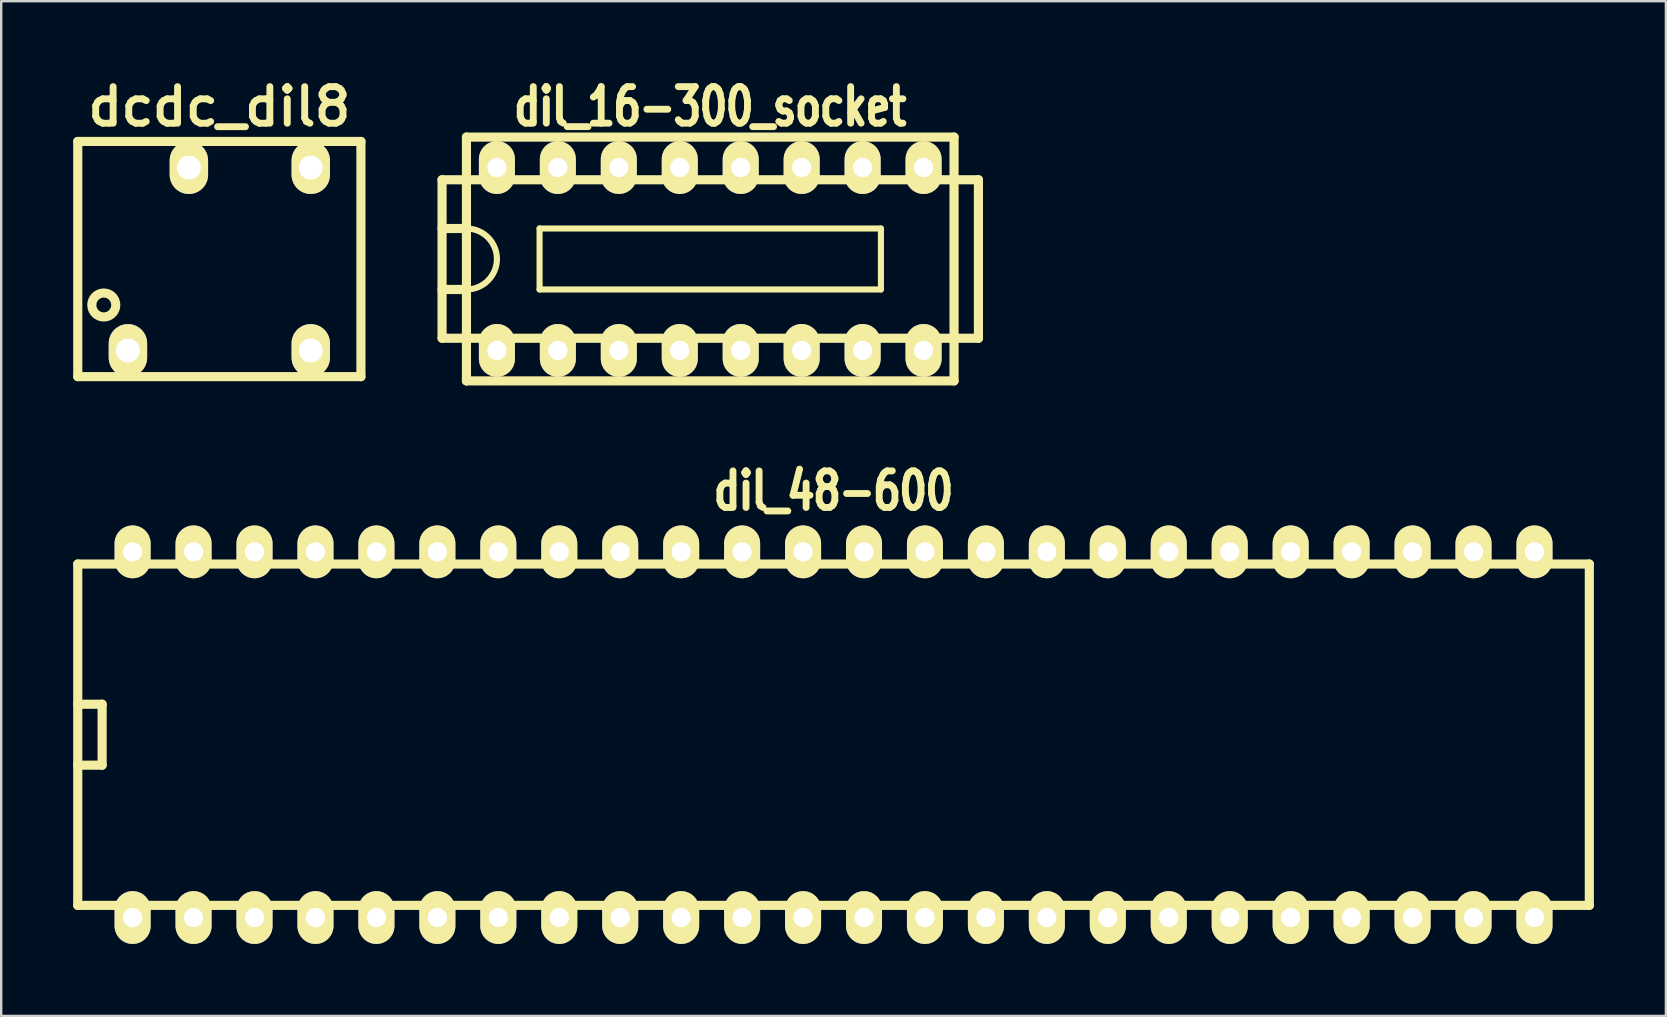
<source format=kicad_pcb>
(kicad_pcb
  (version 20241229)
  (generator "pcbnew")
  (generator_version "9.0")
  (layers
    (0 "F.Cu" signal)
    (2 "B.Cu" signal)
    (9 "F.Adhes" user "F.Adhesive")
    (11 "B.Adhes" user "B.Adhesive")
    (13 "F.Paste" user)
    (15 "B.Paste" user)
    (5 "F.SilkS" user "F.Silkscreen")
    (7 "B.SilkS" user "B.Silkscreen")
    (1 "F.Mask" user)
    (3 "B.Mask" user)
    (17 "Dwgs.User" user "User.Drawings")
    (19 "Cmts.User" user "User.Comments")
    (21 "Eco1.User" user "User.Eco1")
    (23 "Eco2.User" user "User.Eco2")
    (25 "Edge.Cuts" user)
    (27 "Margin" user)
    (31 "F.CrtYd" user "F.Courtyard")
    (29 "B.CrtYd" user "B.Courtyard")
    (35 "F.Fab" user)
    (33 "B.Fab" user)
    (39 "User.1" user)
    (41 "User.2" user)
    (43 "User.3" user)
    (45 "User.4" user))
  (footprint "dcdc_dil8"
    (layer "F.Cu")
    (at 6.091 7.745)
    (property "Reference" "dcdc_dil8" (at 0 -6.35 0) (layer "F.SilkS") (effects (font (size 1.524 1.524) (thickness 0.287))))
    (attr through_hole)
    (fp_line (start -5.9 -4.9) (end 5.9 -4.9) (stroke (width 0.381) (type solid)) (layer "F.SilkS"))
    (fp_line (start -5.9 4.9) (end -5.9 -4.9) (stroke (width 0.381) (type solid)) (layer "F.SilkS"))
    (fp_line (start 5.9 -4.9) (end 5.9 4.9) (stroke (width 0.381) (type solid)) (layer "F.SilkS"))
    (fp_line (start 5.9 4.9) (end -5.9 4.9) (stroke (width 0.381) (type solid)) (layer "F.SilkS"))
    (fp_circle (center -4.816 1.915) (end -5.116 2.314) (stroke (width 0.381) (type solid)) (fill no) (layer "F.SilkS"))
    (pad "1" thru_hole oval (at -3.81 3.81) (size 1.6 2.197) (drill 0.996) (layers "*.Cu" "*.Mask" "F.SilkS"))
    (pad "4" thru_hole oval (at 3.81 3.81) (size 1.6 2.197) (drill 0.996) (layers "*.Cu" "*.Mask" "F.SilkS"))
    (pad "5" thru_hole oval (at 3.81 -3.81) (size 1.6 2.197) (drill 0.996) (layers "*.Cu" "*.Mask" "F.SilkS"))
    (pad "7" thru_hole oval (at -1.27 -3.81) (size 1.6 2.197) (drill 0.996) (layers "*.Cu" "*.Mask" "F.SilkS")))
  (footprint "dil_48-600"
    (layer "F.Cu")
    (at 31.686 27.567)
    (property "Reference" "dil_48-600" (at 0 -10.16 0) (layer "F.SilkS") (effects (font (size 1.524 1.143) (thickness 0.287))))
    (attr through_hole)
    (fp_line (start -31.496 -7.112) (end -31.496 7.112) (stroke (width 0.381) (type solid)) (layer "F.SilkS"))
    (fp_line (start -30.48 -1.27) (end -31.496 -1.27) (stroke (width 0.381) (type solid)) (layer "F.SilkS"))
    (fp_line (start -30.48 -1.27) (end -30.48 1.27) (stroke (width 0.381) (type solid)) (layer "F.SilkS"))
    (fp_line (start -30.48 1.27) (end -31.496 1.27) (stroke (width 0.381) (type solid)) (layer "F.SilkS"))
    (fp_line (start 31.496 -7.112) (end -31.496 -7.112) (stroke (width 0.381) (type solid)) (layer "F.SilkS"))
    (fp_line (start 31.496 7.112) (end -31.496 7.112) (stroke (width 0.381) (type solid)) (layer "F.SilkS"))
    (fp_line (start 31.496 7.112) (end 31.496 -7.112) (stroke (width 0.381) (type solid)) (layer "F.SilkS"))
    (pad "1" thru_hole oval (at -29.21 7.62) (size 1.501 2.2) (drill 0.8) (layers "*.Cu" "*.Mask" "F.SilkS"))
    (pad "2" thru_hole oval (at -26.67 7.62) (size 1.501 2.2) (drill 0.8) (layers "*.Cu" "*.Mask" "F.SilkS"))
    (pad "3" thru_hole oval (at -24.13 7.62) (size 1.501 2.2) (drill 0.8) (layers "*.Cu" "*.Mask" "F.SilkS"))
    (pad "4" thru_hole oval (at -21.59 7.62) (size 1.501 2.2) (drill 0.8) (layers "*.Cu" "*.Mask" "F.SilkS"))
    (pad "5" thru_hole oval (at -19.05 7.62) (size 1.501 2.2) (drill 0.8) (layers "*.Cu" "*.Mask" "F.SilkS"))
    (pad "6" thru_hole oval (at -16.51 7.62) (size 1.501 2.2) (drill 0.8) (layers "*.Cu" "*.Mask" "F.SilkS"))
    (pad "7" thru_hole oval (at -13.97 7.62) (size 1.501 2.2) (drill 0.8) (layers "*.Cu" "*.Mask" "F.SilkS"))
    (pad "8" thru_hole oval (at -11.43 7.62) (size 1.501 2.2) (drill 0.8) (layers "*.Cu" "*.Mask" "F.SilkS"))
    (pad "9" thru_hole oval (at -8.89 7.62) (size 1.501 2.2) (drill 0.8) (layers "*.Cu" "*.Mask" "F.SilkS"))
    (pad "10" thru_hole oval (at -6.35 7.62) (size 1.501 2.2) (drill 0.8) (layers "*.Cu" "*.Mask" "F.SilkS"))
    (pad "11" thru_hole oval (at -3.81 7.62) (size 1.501 2.2) (drill 0.8) (layers "*.Cu" "*.Mask" "F.SilkS"))
    (pad "12" thru_hole oval (at -1.27 7.62) (size 1.501 2.2) (drill 0.8) (layers "*.Cu" "*.Mask" "F.SilkS"))
    (pad "13" thru_hole oval (at 1.27 7.62) (size 1.501 2.2) (drill 0.8) (layers "*.Cu" "*.Mask" "F.SilkS"))
    (pad "14" thru_hole oval (at 3.81 7.62) (size 1.501 2.2) (drill 0.8) (layers "*.Cu" "*.Mask" "F.SilkS"))
    (pad "15" thru_hole oval (at 6.35 7.62) (size 1.501 2.2) (drill 0.8) (layers "*.Cu" "*.Mask" "F.SilkS"))
    (pad "16" thru_hole oval (at 8.89 7.62) (size 1.501 2.2) (drill 0.8) (layers "*.Cu" "*.Mask" "F.SilkS"))
    (pad "17" thru_hole oval (at 11.43 7.62) (size 1.501 2.2) (drill 0.8) (layers "*.Cu" "*.Mask" "F.SilkS"))
    (pad "18" thru_hole oval (at 13.97 7.62) (size 1.501 2.2) (drill 0.8) (layers "*.Cu" "*.Mask" "F.SilkS"))
    (pad "19" thru_hole oval (at 16.51 7.62) (size 1.501 2.2) (drill 0.8) (layers "*.Cu" "*.Mask" "F.SilkS"))
    (pad "20" thru_hole oval (at 19.05 7.62) (size 1.501 2.2) (drill 0.8) (layers "*.Cu" "*.Mask" "F.SilkS"))
    (pad "21" thru_hole oval (at 21.59 7.62) (size 1.501 2.2) (drill 0.8) (layers "*.Cu" "*.Mask" "F.SilkS"))
    (pad "22" thru_hole oval (at 24.13 7.62) (size 1.501 2.2) (drill 0.8) (layers "*.Cu" "*.Mask" "F.SilkS"))
    (pad "23" thru_hole oval (at 26.67 7.62) (size 1.501 2.2) (drill 0.8) (layers "*.Cu" "*.Mask" "F.SilkS"))
    (pad "24" thru_hole oval (at 29.21 7.62) (size 1.501 2.2) (drill 0.8) (layers "*.Cu" "*.Mask" "F.SilkS"))
    (pad "25" thru_hole oval (at 29.21 -7.62) (size 1.501 2.2) (drill 0.8) (layers "*.Cu" "*.Mask" "F.SilkS"))
    (pad "26" thru_hole oval (at 26.67 -7.62) (size 1.501 2.2) (drill 0.8) (layers "*.Cu" "*.Mask" "F.SilkS"))
    (pad "27" thru_hole oval (at 24.13 -7.62) (size 1.501 2.2) (drill 0.8) (layers "*.Cu" "*.Mask" "F.SilkS"))
    (pad "28" thru_hole oval (at 21.59 -7.62) (size 1.501 2.2) (drill 0.8) (layers "*.Cu" "*.Mask" "F.SilkS"))
    (pad "29" thru_hole oval (at 19.05 -7.62) (size 1.501 2.2) (drill 0.8) (layers "*.Cu" "*.Mask" "F.SilkS"))
    (pad "30" thru_hole oval (at 16.51 -7.62) (size 1.501 2.2) (drill 0.8) (layers "*.Cu" "*.Mask" "F.SilkS"))
    (pad "31" thru_hole oval (at 13.97 -7.62) (size 1.501 2.2) (drill 0.8) (layers "*.Cu" "*.Mask" "F.SilkS"))
    (pad "32" thru_hole oval (at 11.43 -7.62) (size 1.501 2.2) (drill 0.8) (layers "*.Cu" "*.Mask" "F.SilkS"))
    (pad "33" thru_hole oval (at 8.89 -7.62) (size 1.501 2.2) (drill 0.8) (layers "*.Cu" "*.Mask" "F.SilkS"))
    (pad "34" thru_hole oval (at 6.35 -7.62) (size 1.501 2.2) (drill 0.8) (layers "*.Cu" "*.Mask" "F.SilkS"))
    (pad "35" thru_hole oval (at 3.81 -7.62) (size 1.501 2.2) (drill 0.8) (layers "*.Cu" "*.Mask" "F.SilkS"))
    (pad "36" thru_hole oval (at 1.27 -7.62) (size 1.501 2.2) (drill 0.8) (layers "*.Cu" "*.Mask" "F.SilkS"))
    (pad "37" thru_hole oval (at -1.27 -7.62) (size 1.501 2.2) (drill 0.8) (layers "*.Cu" "*.Mask" "F.SilkS"))
    (pad "38" thru_hole oval (at -3.81 -7.62) (size 1.501 2.2) (drill 0.8) (layers "*.Cu" "*.Mask" "F.SilkS"))
    (pad "39" thru_hole oval (at -6.35 -7.62) (size 1.501 2.2) (drill 0.8) (layers "*.Cu" "*.Mask" "F.SilkS"))
    (pad "40" thru_hole oval (at -8.89 -7.62) (size 1.501 2.2) (drill 0.8) (layers "*.Cu" "*.Mask" "F.SilkS"))
    (pad "41" thru_hole oval (at -11.43 -7.62) (size 1.501 2.2) (drill 0.8) (layers "*.Cu" "*.Mask" "F.SilkS"))
    (pad "42" thru_hole oval (at -13.97 -7.62) (size 1.501 2.2) (drill 0.8) (layers "*.Cu" "*.Mask" "F.SilkS"))
    (pad "43" thru_hole oval (at -16.51 -7.62) (size 1.501 2.2) (drill 0.8) (layers "*.Cu" "*.Mask" "F.SilkS"))
    (pad "44" thru_hole oval (at -19.05 -7.62) (size 1.501 2.2) (drill 0.8) (layers "*.Cu" "*.Mask" "F.SilkS"))
    (pad "45" thru_hole oval (at -21.59 -7.62) (size 1.501 2.2) (drill 0.8) (layers "*.Cu" "*.Mask" "F.SilkS"))
    (pad "46" thru_hole oval (at -24.13 -7.62) (size 1.501 2.2) (drill 0.8) (layers "*.Cu" "*.Mask" "F.SilkS"))
    (pad "47" thru_hole oval (at -26.67 -7.62) (size 1.501 2.2) (drill 0.8) (layers "*.Cu" "*.Mask" "F.SilkS"))
    (pad "48" thru_hole oval (at -29.21 -7.62) (size 1.501 2.2) (drill 0.8) (layers "*.Cu" "*.Mask" "F.SilkS")))
  (footprint "dil_16-300_socket"
    (layer "F.Cu")
    (at 26.548 7.743)
    (property "Reference" "dil_16-300_socket" (at 0 -6.35 0) (layer "F.SilkS") (effects (font (size 1.524 1.143) (thickness 0.287))))
    (attr through_hole)
    (fp_line (start -11.176 -3.302) (end 11.176 -3.302) (stroke (width 0.381) (type solid)) (layer "F.SilkS"))
    (fp_line (start -11.176 3.302) (end -11.176 -3.302) (stroke (width 0.381) (type solid)) (layer "F.SilkS"))
    (fp_line (start -10.16 -1.27) (end -11.176 -1.27) (stroke (width 0.381) (type solid)) (layer "F.SilkS"))
    (fp_line (start -10.16 1.27) (end -11.176 1.27) (stroke (width 0.381) (type solid)) (layer "F.SilkS"))
    (fp_line (start -10.16 5.08) (end -10.16 -5.08) (stroke (width 0.381) (type solid)) (layer "F.SilkS"))
    (fp_line (start -10.16 5.08) (end 10.16 5.08) (stroke (width 0.381) (type solid)) (layer "F.SilkS"))
    (fp_line (start -7.112 -1.27) (end -7.112 1.27) (stroke (width 0.254) (type solid)) (layer "F.SilkS"))
    (fp_line (start -7.112 -1.27) (end 7.112 -1.27) (stroke (width 0.254) (type solid)) (layer "F.SilkS"))
    (fp_line (start 7.112 1.27) (end -7.112 1.27) (stroke (width 0.254) (type solid)) (layer "F.SilkS"))
    (fp_line (start 7.112 1.27) (end 7.112 -1.27) (stroke (width 0.254) (type solid)) (layer "F.SilkS"))
    (fp_line (start 10.16 -5.08) (end -10.16 -5.08) (stroke (width 0.381) (type solid)) (layer "F.SilkS"))
    (fp_line (start 10.16 -5.08) (end 10.16 5.08) (stroke (width 0.381) (type solid)) (layer "F.SilkS"))
    (fp_line (start 11.176 -3.302) (end 11.176 3.302) (stroke (width 0.381) (type solid)) (layer "F.SilkS"))
    (fp_line (start 11.176 3.302) (end -11.176 3.302) (stroke (width 0.381) (type solid)) (layer "F.SilkS"))
    (fp_arc (start -10.16 -1.27) (mid -9.261974 -0.898026) (end -8.89 0) (stroke (width 0.254) (type solid)) (layer "F.SilkS"))
    (fp_arc (start -8.89 0) (mid -9.261974 0.898026) (end -10.16 1.27) (stroke (width 0.254) (type solid)) (layer "F.SilkS"))
    (pad "1" thru_hole oval (at -8.89 3.81) (size 1.501 2.2) (drill 0.8) (layers "*.Cu" "*.Mask" "F.SilkS"))
    (pad "2" thru_hole oval (at -6.35 3.81) (size 1.501 2.2) (drill 0.8) (layers "*.Cu" "*.Mask" "F.SilkS"))
    (pad "3" thru_hole oval (at -3.81 3.81) (size 1.501 2.2) (drill 0.8) (layers "*.Cu" "*.Mask" "F.SilkS"))
    (pad "4" thru_hole oval (at -1.27 3.81) (size 1.501 2.2) (drill 0.8) (layers "*.Cu" "*.Mask" "F.SilkS"))
    (pad "5" thru_hole oval (at 1.27 3.81) (size 1.501 2.2) (drill 0.8) (layers "*.Cu" "*.Mask" "F.SilkS"))
    (pad "6" thru_hole oval (at 3.81 3.81) (size 1.501 2.2) (drill 0.8) (layers "*.Cu" "*.Mask" "F.SilkS"))
    (pad "7" thru_hole oval (at 6.35 3.81) (size 1.501 2.2) (drill 0.8) (layers "*.Cu" "*.Mask" "F.SilkS"))
    (pad "8" thru_hole oval (at 8.89 3.81) (size 1.501 2.2) (drill 0.8) (layers "*.Cu" "*.Mask" "F.SilkS"))
    (pad "9" thru_hole oval (at 8.89 -3.81) (size 1.501 2.2) (drill 0.8) (layers "*.Cu" "*.Mask" "F.SilkS"))
    (pad "10" thru_hole oval (at 6.35 -3.81) (size 1.501 2.2) (drill 0.8) (layers "*.Cu" "*.Mask" "F.SilkS"))
    (pad "11" thru_hole oval (at 3.81 -3.81) (size 1.501 2.2) (drill 0.8) (layers "*.Cu" "*.Mask" "F.SilkS"))
    (pad "12" thru_hole oval (at 1.27 -3.81) (size 1.501 2.2) (drill 0.8) (layers "*.Cu" "*.Mask" "F.SilkS"))
    (pad "13" thru_hole oval (at -1.27 -3.81) (size 1.501 2.2) (drill 0.8) (layers "*.Cu" "*.Mask" "F.SilkS"))
    (pad "14" thru_hole oval (at -3.81 -3.81) (size 1.501 2.2) (drill 0.8) (layers "*.Cu" "*.Mask" "F.SilkS"))
    (pad "15" thru_hole oval (at -6.35 -3.81) (size 1.501 2.2) (drill 0.8) (layers "*.Cu" "*.Mask" "F.SilkS"))
    (pad "16" thru_hole oval (at -8.89 -3.81) (size 1.501 2.2) (drill 0.8) (layers "*.Cu" "*.Mask" "F.SilkS")))
  (gr_rect
    (start -3 -3)
    (end 66.373 39.286)
    (stroke (width 0.1) (type default))
    (fill no)
    (layer "Edge.Cuts")))
</source>
